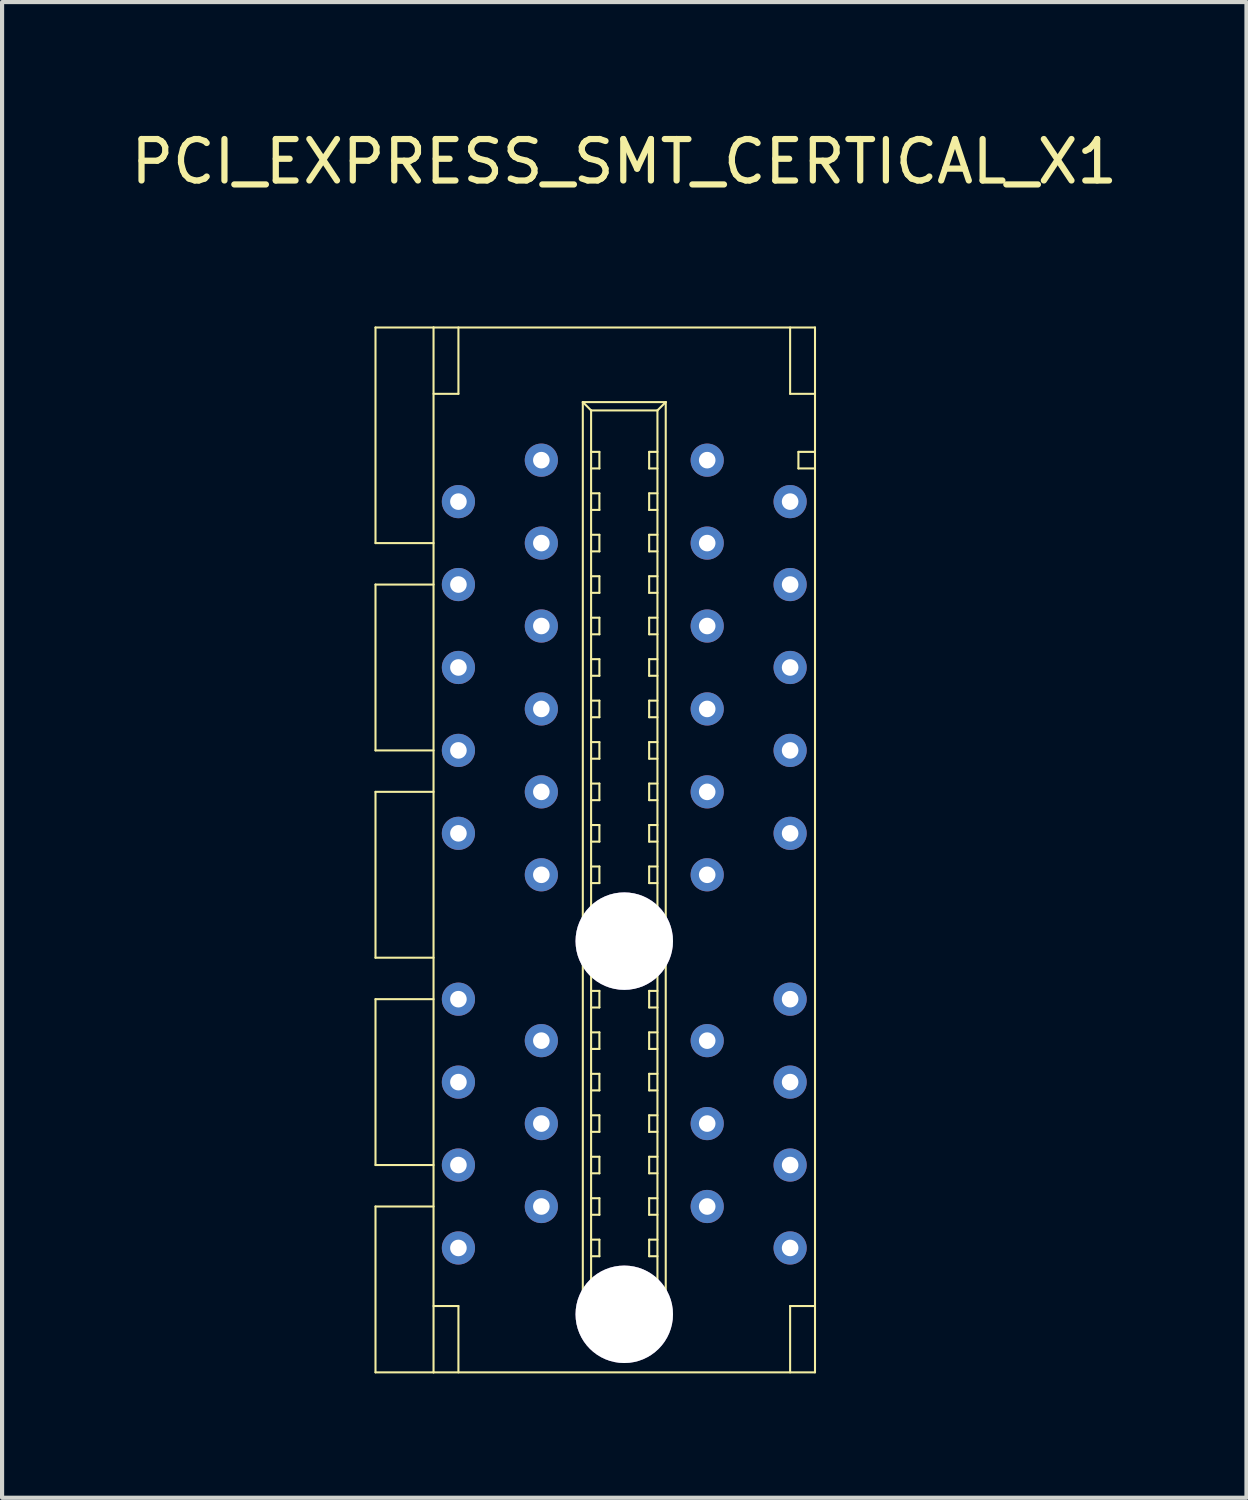
<source format=kicad_pcb>
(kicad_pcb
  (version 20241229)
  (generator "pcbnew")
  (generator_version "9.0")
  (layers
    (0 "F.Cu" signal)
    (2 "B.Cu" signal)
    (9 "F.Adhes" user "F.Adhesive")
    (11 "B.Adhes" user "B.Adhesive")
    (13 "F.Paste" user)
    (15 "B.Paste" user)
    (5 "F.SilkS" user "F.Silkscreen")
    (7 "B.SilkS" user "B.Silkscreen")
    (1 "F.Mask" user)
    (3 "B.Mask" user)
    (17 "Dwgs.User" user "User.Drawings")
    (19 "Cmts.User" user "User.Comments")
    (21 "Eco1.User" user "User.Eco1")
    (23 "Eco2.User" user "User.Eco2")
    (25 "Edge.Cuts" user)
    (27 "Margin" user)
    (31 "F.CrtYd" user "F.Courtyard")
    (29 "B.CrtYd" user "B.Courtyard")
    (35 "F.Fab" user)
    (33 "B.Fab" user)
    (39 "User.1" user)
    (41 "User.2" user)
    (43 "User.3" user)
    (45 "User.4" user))
  (footprint "PCI_EXPRESS_SMT_CERTICAL_X1"
    (layer "F.Cu")
    (at 12.006 19.648)
    (property "Reference" "PCI_EXPRESS_SMT_CERTICAL_X1" (at 0 -18.8 0) (layer "F.SilkS") (effects (font (size 1 1) (thickness 0.15))))
    (attr through_hole)
    (fp_line (start -6 -14.8) (end -6 -9.6) (stroke (width 0.05) (type solid)) (layer "F.SilkS"))
    (fp_line (start -6 -9.6) (end -4.6 -9.6) (stroke (width 0.05) (type solid)) (layer "F.SilkS"))
    (fp_line (start -6 -8.6) (end -6 -4.6) (stroke (width 0.05) (type solid)) (layer "F.SilkS"))
    (fp_line (start -6 -4.6) (end -4.6 -4.6) (stroke (width 0.05) (type solid)) (layer "F.SilkS"))
    (fp_line (start -6 -3.6) (end -4.6 -3.6) (stroke (width 0.05) (type solid)) (layer "F.SilkS"))
    (fp_line (start -6 0.4) (end -6 -3.6) (stroke (width 0.05) (type solid)) (layer "F.SilkS"))
    (fp_line (start -6 1.4) (end -4.6 1.4) (stroke (width 0.05) (type solid)) (layer "F.SilkS"))
    (fp_line (start -6 5.4) (end -6 1.4) (stroke (width 0.05) (type solid)) (layer "F.SilkS"))
    (fp_line (start -6 6.4) (end -4.6 6.4) (stroke (width 0.05) (type solid)) (layer "F.SilkS"))
    (fp_line (start -6 10.4) (end -6 6.4) (stroke (width 0.05) (type solid)) (layer "F.SilkS"))
    (fp_line (start -4.6 -14.8) (end -6 -14.8) (stroke (width 0.05) (type solid)) (layer "F.SilkS"))
    (fp_line (start -4.6 -14.8) (end 4.6 -14.8) (stroke (width 0.05) (type solid)) (layer "F.SilkS"))
    (fp_line (start -4.6 -8.6) (end -6 -8.6) (stroke (width 0.05) (type solid)) (layer "F.SilkS"))
    (fp_line (start -4.6 0.4) (end -6 0.4) (stroke (width 0.05) (type solid)) (layer "F.SilkS"))
    (fp_line (start -4.6 5.4) (end -6 5.4) (stroke (width 0.05) (type solid)) (layer "F.SilkS"))
    (fp_line (start -4.6 10.4) (end -6 10.4) (stroke (width 0.05) (type solid)) (layer "F.SilkS"))
    (fp_line (start -4.6 10.4) (end -4.6 -14.8) (stroke (width 0.05) (type solid)) (layer "F.SilkS"))
    (fp_line (start -4 -14.8) (end -4 -13.2) (stroke (width 0.05) (type solid)) (layer "F.SilkS"))
    (fp_line (start -4 -13.2) (end -4.6 -13.2) (stroke (width 0.05) (type solid)) (layer "F.SilkS"))
    (fp_line (start -4 8.8) (end -4.6 8.8) (stroke (width 0.05) (type solid)) (layer "F.SilkS"))
    (fp_line (start -4 10.4) (end -4 8.8) (stroke (width 0.05) (type solid)) (layer "F.SilkS"))
    (fp_line (start -1 -13) (end -0.8 -12.8) (stroke (width 0.05) (type solid)) (layer "F.SilkS"))
    (fp_line (start -1 -13) (end 1 -13) (stroke (width 0.05) (type solid)) (layer "F.SilkS"))
    (fp_line (start -1 -0.2) (end -1 -13) (stroke (width 0.05) (type solid)) (layer "F.SilkS"))
    (fp_line (start -1 0.2) (end 1 0.2) (stroke (width 0.05) (type solid)) (layer "F.SilkS"))
    (fp_line (start -1 8.8) (end -1 0.2) (stroke (width 0.05) (type solid)) (layer "F.SilkS"))
    (fp_line (start -0.8 -12.8) (end 0.8 -12.8) (stroke (width 0.05) (type solid)) (layer "F.SilkS"))
    (fp_line (start -0.8 -11.8) (end -0.6 -11.8) (stroke (width 0.05) (type solid)) (layer "F.SilkS"))
    (fp_line (start -0.8 -10.8) (end -0.6 -10.8) (stroke (width 0.05) (type solid)) (layer "F.SilkS"))
    (fp_line (start -0.8 -9.8) (end -0.6 -9.8) (stroke (width 0.05) (type solid)) (layer "F.SilkS"))
    (fp_line (start -0.8 -8.8) (end -0.6 -8.8) (stroke (width 0.05) (type solid)) (layer "F.SilkS"))
    (fp_line (start -0.8 -7.8) (end -0.6 -7.8) (stroke (width 0.05) (type solid)) (layer "F.SilkS"))
    (fp_line (start -0.8 -6.8) (end -0.6 -6.8) (stroke (width 0.05) (type solid)) (layer "F.SilkS"))
    (fp_line (start -0.8 -5.8) (end -0.6 -5.8) (stroke (width 0.05) (type solid)) (layer "F.SilkS"))
    (fp_line (start -0.8 -4.8) (end -0.6 -4.8) (stroke (width 0.05) (type solid)) (layer "F.SilkS"))
    (fp_line (start -0.8 -3.8) (end -0.6 -3.8) (stroke (width 0.05) (type solid)) (layer "F.SilkS"))
    (fp_line (start -0.8 -2.8) (end -0.6 -2.8) (stroke (width 0.05) (type solid)) (layer "F.SilkS"))
    (fp_line (start -0.8 -1.8) (end -0.6 -1.8) (stroke (width 0.05) (type solid)) (layer "F.SilkS"))
    (fp_line (start -0.8 -0.4) (end -1 -0.2) (stroke (width 0.05) (type solid)) (layer "F.SilkS"))
    (fp_line (start -0.8 -0.4) (end -0.8 -12.8) (stroke (width 0.05) (type solid)) (layer "F.SilkS"))
    (fp_line (start -0.8 0.4) (end -1 0.2) (stroke (width 0.05) (type solid)) (layer "F.SilkS"))
    (fp_line (start -0.8 0.4) (end 0.8 0.4) (stroke (width 0.05) (type solid)) (layer "F.SilkS"))
    (fp_line (start -0.8 1.2) (end -0.6 1.2) (stroke (width 0.05) (type solid)) (layer "F.SilkS"))
    (fp_line (start -0.8 2.2) (end -0.6 2.2) (stroke (width 0.05) (type solid)) (layer "F.SilkS"))
    (fp_line (start -0.8 3.2) (end -0.6 3.2) (stroke (width 0.05) (type solid)) (layer "F.SilkS"))
    (fp_line (start -0.8 4.2) (end -0.6 4.2) (stroke (width 0.05) (type solid)) (layer "F.SilkS"))
    (fp_line (start -0.8 5.2) (end -0.6 5.2) (stroke (width 0.05) (type solid)) (layer "F.SilkS"))
    (fp_line (start -0.8 6.2) (end -0.6 6.2) (stroke (width 0.05) (type solid)) (layer "F.SilkS"))
    (fp_line (start -0.8 7.2) (end -0.6 7.2) (stroke (width 0.05) (type solid)) (layer "F.SilkS"))
    (fp_line (start -0.8 8.6) (end -1 8.8) (stroke (width 0.05) (type solid)) (layer "F.SilkS"))
    (fp_line (start -0.8 8.6) (end -0.8 0.4) (stroke (width 0.05) (type solid)) (layer "F.SilkS"))
    (fp_line (start -0.6 -11.8) (end -0.6 -11.4) (stroke (width 0.05) (type solid)) (layer "F.SilkS"))
    (fp_line (start -0.6 -11.4) (end -0.8 -11.4) (stroke (width 0.05) (type solid)) (layer "F.SilkS"))
    (fp_line (start -0.6 -10.8) (end -0.6 -10.4) (stroke (width 0.05) (type solid)) (layer "F.SilkS"))
    (fp_line (start -0.6 -10.4) (end -0.8 -10.4) (stroke (width 0.05) (type solid)) (layer "F.SilkS"))
    (fp_line (start -0.6 -9.8) (end -0.6 -9.4) (stroke (width 0.05) (type solid)) (layer "F.SilkS"))
    (fp_line (start -0.6 -9.4) (end -0.8 -9.4) (stroke (width 0.05) (type solid)) (layer "F.SilkS"))
    (fp_line (start -0.6 -8.8) (end -0.6 -8.4) (stroke (width 0.05) (type solid)) (layer "F.SilkS"))
    (fp_line (start -0.6 -8.4) (end -0.8 -8.4) (stroke (width 0.05) (type solid)) (layer "F.SilkS"))
    (fp_line (start -0.6 -7.8) (end -0.6 -7.4) (stroke (width 0.05) (type solid)) (layer "F.SilkS"))
    (fp_line (start -0.6 -7.4) (end -0.8 -7.4) (stroke (width 0.05) (type solid)) (layer "F.SilkS"))
    (fp_line (start -0.6 -6.8) (end -0.6 -6.4) (stroke (width 0.05) (type solid)) (layer "F.SilkS"))
    (fp_line (start -0.6 -6.4) (end -0.8 -6.4) (stroke (width 0.05) (type solid)) (layer "F.SilkS"))
    (fp_line (start -0.6 -5.8) (end -0.6 -5.4) (stroke (width 0.05) (type solid)) (layer "F.SilkS"))
    (fp_line (start -0.6 -5.4) (end -0.8 -5.4) (stroke (width 0.05) (type solid)) (layer "F.SilkS"))
    (fp_line (start -0.6 -4.8) (end -0.6 -4.4) (stroke (width 0.05) (type solid)) (layer "F.SilkS"))
    (fp_line (start -0.6 -4.4) (end -0.8 -4.4) (stroke (width 0.05) (type solid)) (layer "F.SilkS"))
    (fp_line (start -0.6 -3.8) (end -0.6 -3.4) (stroke (width 0.05) (type solid)) (layer "F.SilkS"))
    (fp_line (start -0.6 -3.4) (end -0.8 -3.4) (stroke (width 0.05) (type solid)) (layer "F.SilkS"))
    (fp_line (start -0.6 -2.8) (end -0.6 -2.4) (stroke (width 0.05) (type solid)) (layer "F.SilkS"))
    (fp_line (start -0.6 -2.4) (end -0.8 -2.4) (stroke (width 0.05) (type solid)) (layer "F.SilkS"))
    (fp_line (start -0.6 -1.8) (end -0.6 -1.4) (stroke (width 0.05) (type solid)) (layer "F.SilkS"))
    (fp_line (start -0.6 -1.4) (end -0.8 -1.4) (stroke (width 0.05) (type solid)) (layer "F.SilkS"))
    (fp_line (start -0.6 1.2) (end -0.6 1.6) (stroke (width 0.05) (type solid)) (layer "F.SilkS"))
    (fp_line (start -0.6 1.6) (end -0.8 1.6) (stroke (width 0.05) (type solid)) (layer "F.SilkS"))
    (fp_line (start -0.6 2.2) (end -0.6 2.6) (stroke (width 0.05) (type solid)) (layer "F.SilkS"))
    (fp_line (start -0.6 2.6) (end -0.8 2.6) (stroke (width 0.05) (type solid)) (layer "F.SilkS"))
    (fp_line (start -0.6 3.2) (end -0.6 3.6) (stroke (width 0.05) (type solid)) (layer "F.SilkS"))
    (fp_line (start -0.6 3.6) (end -0.8 3.6) (stroke (width 0.05) (type solid)) (layer "F.SilkS"))
    (fp_line (start -0.6 4.2) (end -0.6 4.6) (stroke (width 0.05) (type solid)) (layer "F.SilkS"))
    (fp_line (start -0.6 4.6) (end -0.8 4.6) (stroke (width 0.05) (type solid)) (layer "F.SilkS"))
    (fp_line (start -0.6 5.2) (end -0.6 5.6) (stroke (width 0.05) (type solid)) (layer "F.SilkS"))
    (fp_line (start -0.6 5.6) (end -0.8 5.6) (stroke (width 0.05) (type solid)) (layer "F.SilkS"))
    (fp_line (start -0.6 6.2) (end -0.6 6.6) (stroke (width 0.05) (type solid)) (layer "F.SilkS"))
    (fp_line (start -0.6 6.6) (end -0.8 6.6) (stroke (width 0.05) (type solid)) (layer "F.SilkS"))
    (fp_line (start -0.6 7.2) (end -0.6 7.6) (stroke (width 0.05) (type solid)) (layer "F.SilkS"))
    (fp_line (start -0.6 7.6) (end -0.8 7.6) (stroke (width 0.05) (type solid)) (layer "F.SilkS"))
    (fp_line (start 0.6 -11.8) (end 0.6 -11.4) (stroke (width 0.05) (type solid)) (layer "F.SilkS"))
    (fp_line (start 0.6 -11.4) (end 0.8 -11.4) (stroke (width 0.05) (type solid)) (layer "F.SilkS"))
    (fp_line (start 0.6 -10.8) (end 0.6 -10.4) (stroke (width 0.05) (type solid)) (layer "F.SilkS"))
    (fp_line (start 0.6 -10.4) (end 0.8 -10.4) (stroke (width 0.05) (type solid)) (layer "F.SilkS"))
    (fp_line (start 0.6 -9.8) (end 0.6 -9.4) (stroke (width 0.05) (type solid)) (layer "F.SilkS"))
    (fp_line (start 0.6 -9.4) (end 0.8 -9.4) (stroke (width 0.05) (type solid)) (layer "F.SilkS"))
    (fp_line (start 0.6 -8.8) (end 0.6 -8.4) (stroke (width 0.05) (type solid)) (layer "F.SilkS"))
    (fp_line (start 0.6 -8.4) (end 0.8 -8.4) (stroke (width 0.05) (type solid)) (layer "F.SilkS"))
    (fp_line (start 0.6 -7.8) (end 0.6 -7.4) (stroke (width 0.05) (type solid)) (layer "F.SilkS"))
    (fp_line (start 0.6 -7.4) (end 0.8 -7.4) (stroke (width 0.05) (type solid)) (layer "F.SilkS"))
    (fp_line (start 0.6 -6.8) (end 0.6 -6.4) (stroke (width 0.05) (type solid)) (layer "F.SilkS"))
    (fp_line (start 0.6 -6.4) (end 0.8 -6.4) (stroke (width 0.05) (type solid)) (layer "F.SilkS"))
    (fp_line (start 0.6 -5.8) (end 0.6 -5.4) (stroke (width 0.05) (type solid)) (layer "F.SilkS"))
    (fp_line (start 0.6 -5.4) (end 0.8 -5.4) (stroke (width 0.05) (type solid)) (layer "F.SilkS"))
    (fp_line (start 0.6 -4.8) (end 0.6 -4.4) (stroke (width 0.05) (type solid)) (layer "F.SilkS"))
    (fp_line (start 0.6 -4.4) (end 0.8 -4.4) (stroke (width 0.05) (type solid)) (layer "F.SilkS"))
    (fp_line (start 0.6 -3.8) (end 0.6 -3.4) (stroke (width 0.05) (type solid)) (layer "F.SilkS"))
    (fp_line (start 0.6 -3.4) (end 0.8 -3.4) (stroke (width 0.05) (type solid)) (layer "F.SilkS"))
    (fp_line (start 0.6 -2.8) (end 0.6 -2.4) (stroke (width 0.05) (type solid)) (layer "F.SilkS"))
    (fp_line (start 0.6 -2.4) (end 0.8 -2.4) (stroke (width 0.05) (type solid)) (layer "F.SilkS"))
    (fp_line (start 0.6 -1.8) (end 0.6 -1.4) (stroke (width 0.05) (type solid)) (layer "F.SilkS"))
    (fp_line (start 0.6 -1.4) (end 0.8 -1.4) (stroke (width 0.05) (type solid)) (layer "F.SilkS"))
    (fp_line (start 0.6 1.2) (end 0.6 1.6) (stroke (width 0.05) (type solid)) (layer "F.SilkS"))
    (fp_line (start 0.6 1.6) (end 0.8 1.6) (stroke (width 0.05) (type solid)) (layer "F.SilkS"))
    (fp_line (start 0.6 2.2) (end 0.6 2.6) (stroke (width 0.05) (type solid)) (layer "F.SilkS"))
    (fp_line (start 0.6 2.6) (end 0.8 2.6) (stroke (width 0.05) (type solid)) (layer "F.SilkS"))
    (fp_line (start 0.6 3.2) (end 0.6 3.6) (stroke (width 0.05) (type solid)) (layer "F.SilkS"))
    (fp_line (start 0.6 3.6) (end 0.8 3.6) (stroke (width 0.05) (type solid)) (layer "F.SilkS"))
    (fp_line (start 0.6 4.2) (end 0.6 4.6) (stroke (width 0.05) (type solid)) (layer "F.SilkS"))
    (fp_line (start 0.6 4.6) (end 0.8 4.6) (stroke (width 0.05) (type solid)) (layer "F.SilkS"))
    (fp_line (start 0.6 5.2) (end 0.6 5.6) (stroke (width 0.05) (type solid)) (layer "F.SilkS"))
    (fp_line (start 0.6 5.6) (end 0.8 5.6) (stroke (width 0.05) (type solid)) (layer "F.SilkS"))
    (fp_line (start 0.6 6.2) (end 0.6 6.6) (stroke (width 0.05) (type solid)) (layer "F.SilkS"))
    (fp_line (start 0.6 6.6) (end 0.8 6.6) (stroke (width 0.05) (type solid)) (layer "F.SilkS"))
    (fp_line (start 0.6 7.2) (end 0.6 7.6) (stroke (width 0.05) (type solid)) (layer "F.SilkS"))
    (fp_line (start 0.6 7.6) (end 0.8 7.6) (stroke (width 0.05) (type solid)) (layer "F.SilkS"))
    (fp_line (start 0.8 -12.8) (end 0.8 -0.4) (stroke (width 0.05) (type solid)) (layer "F.SilkS"))
    (fp_line (start 0.8 -12.8) (end 1 -13) (stroke (width 0.05) (type solid)) (layer "F.SilkS"))
    (fp_line (start 0.8 -11.8) (end 0.6 -11.8) (stroke (width 0.05) (type solid)) (layer "F.SilkS"))
    (fp_line (start 0.8 -10.8) (end 0.6 -10.8) (stroke (width 0.05) (type solid)) (layer "F.SilkS"))
    (fp_line (start 0.8 -9.8) (end 0.6 -9.8) (stroke (width 0.05) (type solid)) (layer "F.SilkS"))
    (fp_line (start 0.8 -8.8) (end 0.6 -8.8) (stroke (width 0.05) (type solid)) (layer "F.SilkS"))
    (fp_line (start 0.8 -7.8) (end 0.6 -7.8) (stroke (width 0.05) (type solid)) (layer "F.SilkS"))
    (fp_line (start 0.8 -6.8) (end 0.6 -6.8) (stroke (width 0.05) (type solid)) (layer "F.SilkS"))
    (fp_line (start 0.8 -5.8) (end 0.6 -5.8) (stroke (width 0.05) (type solid)) (layer "F.SilkS"))
    (fp_line (start 0.8 -4.8) (end 0.6 -4.8) (stroke (width 0.05) (type solid)) (layer "F.SilkS"))
    (fp_line (start 0.8 -3.8) (end 0.6 -3.8) (stroke (width 0.05) (type solid)) (layer "F.SilkS"))
    (fp_line (start 0.8 -2.8) (end 0.6 -2.8) (stroke (width 0.05) (type solid)) (layer "F.SilkS"))
    (fp_line (start 0.8 -1.8) (end 0.6 -1.8) (stroke (width 0.05) (type solid)) (layer "F.SilkS"))
    (fp_line (start 0.8 -0.4) (end -0.8 -0.4) (stroke (width 0.05) (type solid)) (layer "F.SilkS"))
    (fp_line (start 0.8 -0.4) (end 1 -0.2) (stroke (width 0.05) (type solid)) (layer "F.SilkS"))
    (fp_line (start 0.8 0.4) (end 0.8 8.6) (stroke (width 0.05) (type solid)) (layer "F.SilkS"))
    (fp_line (start 0.8 0.4) (end 1 0.2) (stroke (width 0.05) (type solid)) (layer "F.SilkS"))
    (fp_line (start 0.8 1.2) (end 0.6 1.2) (stroke (width 0.05) (type solid)) (layer "F.SilkS"))
    (fp_line (start 0.8 2.2) (end 0.6 2.2) (stroke (width 0.05) (type solid)) (layer "F.SilkS"))
    (fp_line (start 0.8 3.2) (end 0.6 3.2) (stroke (width 0.05) (type solid)) (layer "F.SilkS"))
    (fp_line (start 0.8 4.2) (end 0.6 4.2) (stroke (width 0.05) (type solid)) (layer "F.SilkS"))
    (fp_line (start 0.8 5.2) (end 0.6 5.2) (stroke (width 0.05) (type solid)) (layer "F.SilkS"))
    (fp_line (start 0.8 6.2) (end 0.6 6.2) (stroke (width 0.05) (type solid)) (layer "F.SilkS"))
    (fp_line (start 0.8 7.2) (end 0.6 7.2) (stroke (width 0.05) (type solid)) (layer "F.SilkS"))
    (fp_line (start 0.8 8.6) (end -0.8 8.6) (stroke (width 0.05) (type solid)) (layer "F.SilkS"))
    (fp_line (start 0.8 8.6) (end 1 8.8) (stroke (width 0.05) (type solid)) (layer "F.SilkS"))
    (fp_line (start 1 -13) (end 1 -0.2) (stroke (width 0.05) (type solid)) (layer "F.SilkS"))
    (fp_line (start 1 -0.2) (end -1 -0.2) (stroke (width 0.05) (type solid)) (layer "F.SilkS"))
    (fp_line (start 1 0.2) (end 1 8.8) (stroke (width 0.05) (type solid)) (layer "F.SilkS"))
    (fp_line (start 1 8.8) (end -1 8.8) (stroke (width 0.05) (type solid)) (layer "F.SilkS"))
    (fp_line (start 4 -14.8) (end 4 -13.2) (stroke (width 0.05) (type solid)) (layer "F.SilkS"))
    (fp_line (start 4 -13.2) (end 4.6 -13.2) (stroke (width 0.05) (type solid)) (layer "F.SilkS"))
    (fp_line (start 4 8.8) (end 4.6 8.8) (stroke (width 0.05) (type solid)) (layer "F.SilkS"))
    (fp_line (start 4 10.4) (end 4 8.8) (stroke (width 0.05) (type solid)) (layer "F.SilkS"))
    (fp_line (start 4.2 -11.8) (end 4.2 -11.4) (stroke (width 0.05) (type solid)) (layer "F.SilkS"))
    (fp_line (start 4.2 -11.4) (end 4.6 -11.4) (stroke (width 0.05) (type solid)) (layer "F.SilkS"))
    (fp_line (start 4.6 -14.8) (end 4.6 10.4) (stroke (width 0.05) (type solid)) (layer "F.SilkS"))
    (fp_line (start 4.6 -11.8) (end 4.2 -11.8) (stroke (width 0.05) (type solid)) (layer "F.SilkS"))
    (fp_line (start 4.6 10.4) (end -4.6 10.4) (stroke (width 0.05) (type solid)) (layer "F.SilkS"))
    (pad "0" thru_hole circle (at 0 0) (size 2.35 2.35) (drill 2.35) (layers "*.Cu"))
    (pad "0" thru_hole circle (at 0 9) (size 2.35 2.35) (drill 2.35) (layers "*.Cu"))
    (pad "A1" thru_hole circle (at 2 -11.6) (size 0.8 0.8) (drill 0.4) (layers "*.Cu" "*.Mask"))
    (pad "A2" thru_hole circle (at 4 -10.6) (size 0.8 0.8) (drill 0.4) (layers "*.Cu" "*.Mask"))
    (pad "A3" thru_hole circle (at 2 -9.6) (size 0.8 0.8) (drill 0.4) (layers "*.Cu" "*.Mask"))
    (pad "A4" thru_hole circle (at 4 -8.6) (size 0.8 0.8) (drill 0.4) (layers "*.Cu" "*.Mask"))
    (pad "A5" thru_hole circle (at 2 -7.6) (size 0.8 0.8) (drill 0.4) (layers "*.Cu" "*.Mask"))
    (pad "A6" thru_hole circle (at 4 -6.6) (size 0.8 0.8) (drill 0.4) (layers "*.Cu" "*.Mask"))
    (pad "A7" thru_hole circle (at 2 -5.6) (size 0.8 0.8) (drill 0.4) (layers "*.Cu" "*.Mask"))
    (pad "A8" thru_hole circle (at 4 -4.6) (size 0.8 0.8) (drill 0.4) (layers "*.Cu" "*.Mask"))
    (pad "A9" thru_hole circle (at 2 -3.6) (size 0.8 0.8) (drill 0.4) (layers "*.Cu" "*.Mask"))
    (pad "A10" thru_hole circle (at 4 -2.6) (size 0.8 0.8) (drill 0.4) (layers "*.Cu" "*.Mask"))
    (pad "A11" thru_hole circle (at 2 -1.6) (size 0.8 0.8) (drill 0.4) (layers "*.Cu" "*.Mask"))
    (pad "A12" thru_hole circle (at 4 1.4) (size 0.8 0.8) (drill 0.4) (layers "*.Cu" "*.Mask"))
    (pad "A13" thru_hole circle (at 2 2.4) (size 0.8 0.8) (drill 0.4) (layers "*.Cu" "*.Mask"))
    (pad "A14" thru_hole circle (at 4 3.4) (size 0.8 0.8) (drill 0.4) (layers "*.Cu" "*.Mask"))
    (pad "A15" thru_hole circle (at 2 4.4) (size 0.8 0.8) (drill 0.4) (layers "*.Cu" "*.Mask"))
    (pad "A16" thru_hole circle (at 4 5.4) (size 0.8 0.8) (drill 0.4) (layers "*.Cu" "*.Mask"))
    (pad "A17" thru_hole circle (at 2 6.4) (size 0.8 0.8) (drill 0.4) (layers "*.Cu" "*.Mask"))
    (pad "A18" thru_hole circle (at 4 7.4) (size 0.8 0.8) (drill 0.4) (layers "*.Cu" "*.Mask"))
    (pad "B1" thru_hole circle (at -2 -11.6) (size 0.8 0.8) (drill 0.4) (layers "*.Cu" "*.Mask"))
    (pad "B2" thru_hole circle (at -4 -10.6) (size 0.8 0.8) (drill 0.4) (layers "*.Cu" "*.Mask"))
    (pad "B3" thru_hole circle (at -2 -9.6) (size 0.8 0.8) (drill 0.4) (layers "*.Cu" "*.Mask"))
    (pad "B4" thru_hole circle (at -4 -8.6) (size 0.8 0.8) (drill 0.4) (layers "*.Cu" "*.Mask"))
    (pad "B5" thru_hole circle (at -2 -7.6) (size 0.8 0.8) (drill 0.4) (layers "*.Cu" "*.Mask"))
    (pad "B6" thru_hole circle (at -4 -6.6) (size 0.8 0.8) (drill 0.4) (layers "*.Cu" "*.Mask"))
    (pad "B7" thru_hole circle (at -2 -5.6) (size 0.8 0.8) (drill 0.4) (layers "*.Cu" "*.Mask"))
    (pad "B8" thru_hole circle (at -4 -4.6) (size 0.8 0.8) (drill 0.4) (layers "*.Cu" "*.Mask"))
    (pad "B9" thru_hole circle (at -2 -3.6) (size 0.8 0.8) (drill 0.4) (layers "*.Cu" "*.Mask"))
    (pad "B10" thru_hole circle (at -4 -2.6) (size 0.8 0.8) (drill 0.4) (layers "*.Cu" "*.Mask"))
    (pad "B11" thru_hole circle (at -2 -1.6) (size 0.8 0.8) (drill 0.4) (layers "*.Cu" "*.Mask"))
    (pad "B12" thru_hole circle (at -4 1.4) (size 0.8 0.8) (drill 0.4) (layers "*.Cu" "*.Mask"))
    (pad "B13" thru_hole circle (at -2 2.4) (size 0.8 0.8) (drill 0.4) (layers "*.Cu" "*.Mask"))
    (pad "B14" thru_hole circle (at -4 3.4) (size 0.8 0.8) (drill 0.4) (layers "*.Cu" "*.Mask"))
    (pad "B15" thru_hole circle (at -2 4.4) (size 0.8 0.8) (drill 0.4) (layers "*.Cu" "*.Mask"))
    (pad "B16" thru_hole circle (at -4 5.4) (size 0.8 0.8) (drill 0.4) (layers "*.Cu" "*.Mask"))
    (pad "B17" thru_hole circle (at -2 6.4) (size 0.8 0.8) (drill 0.4) (layers "*.Cu" "*.Mask"))
    (pad "B18" thru_hole circle (at -4 7.4) (size 0.8 0.8) (drill 0.4) (layers "*.Cu" "*.Mask")))
  (gr_rect
    (start -3 -3)
    (end 27.012 33.073)
    (stroke (width 0.1) (type default))
    (fill no)
    (layer "Edge.Cuts")))
</source>
